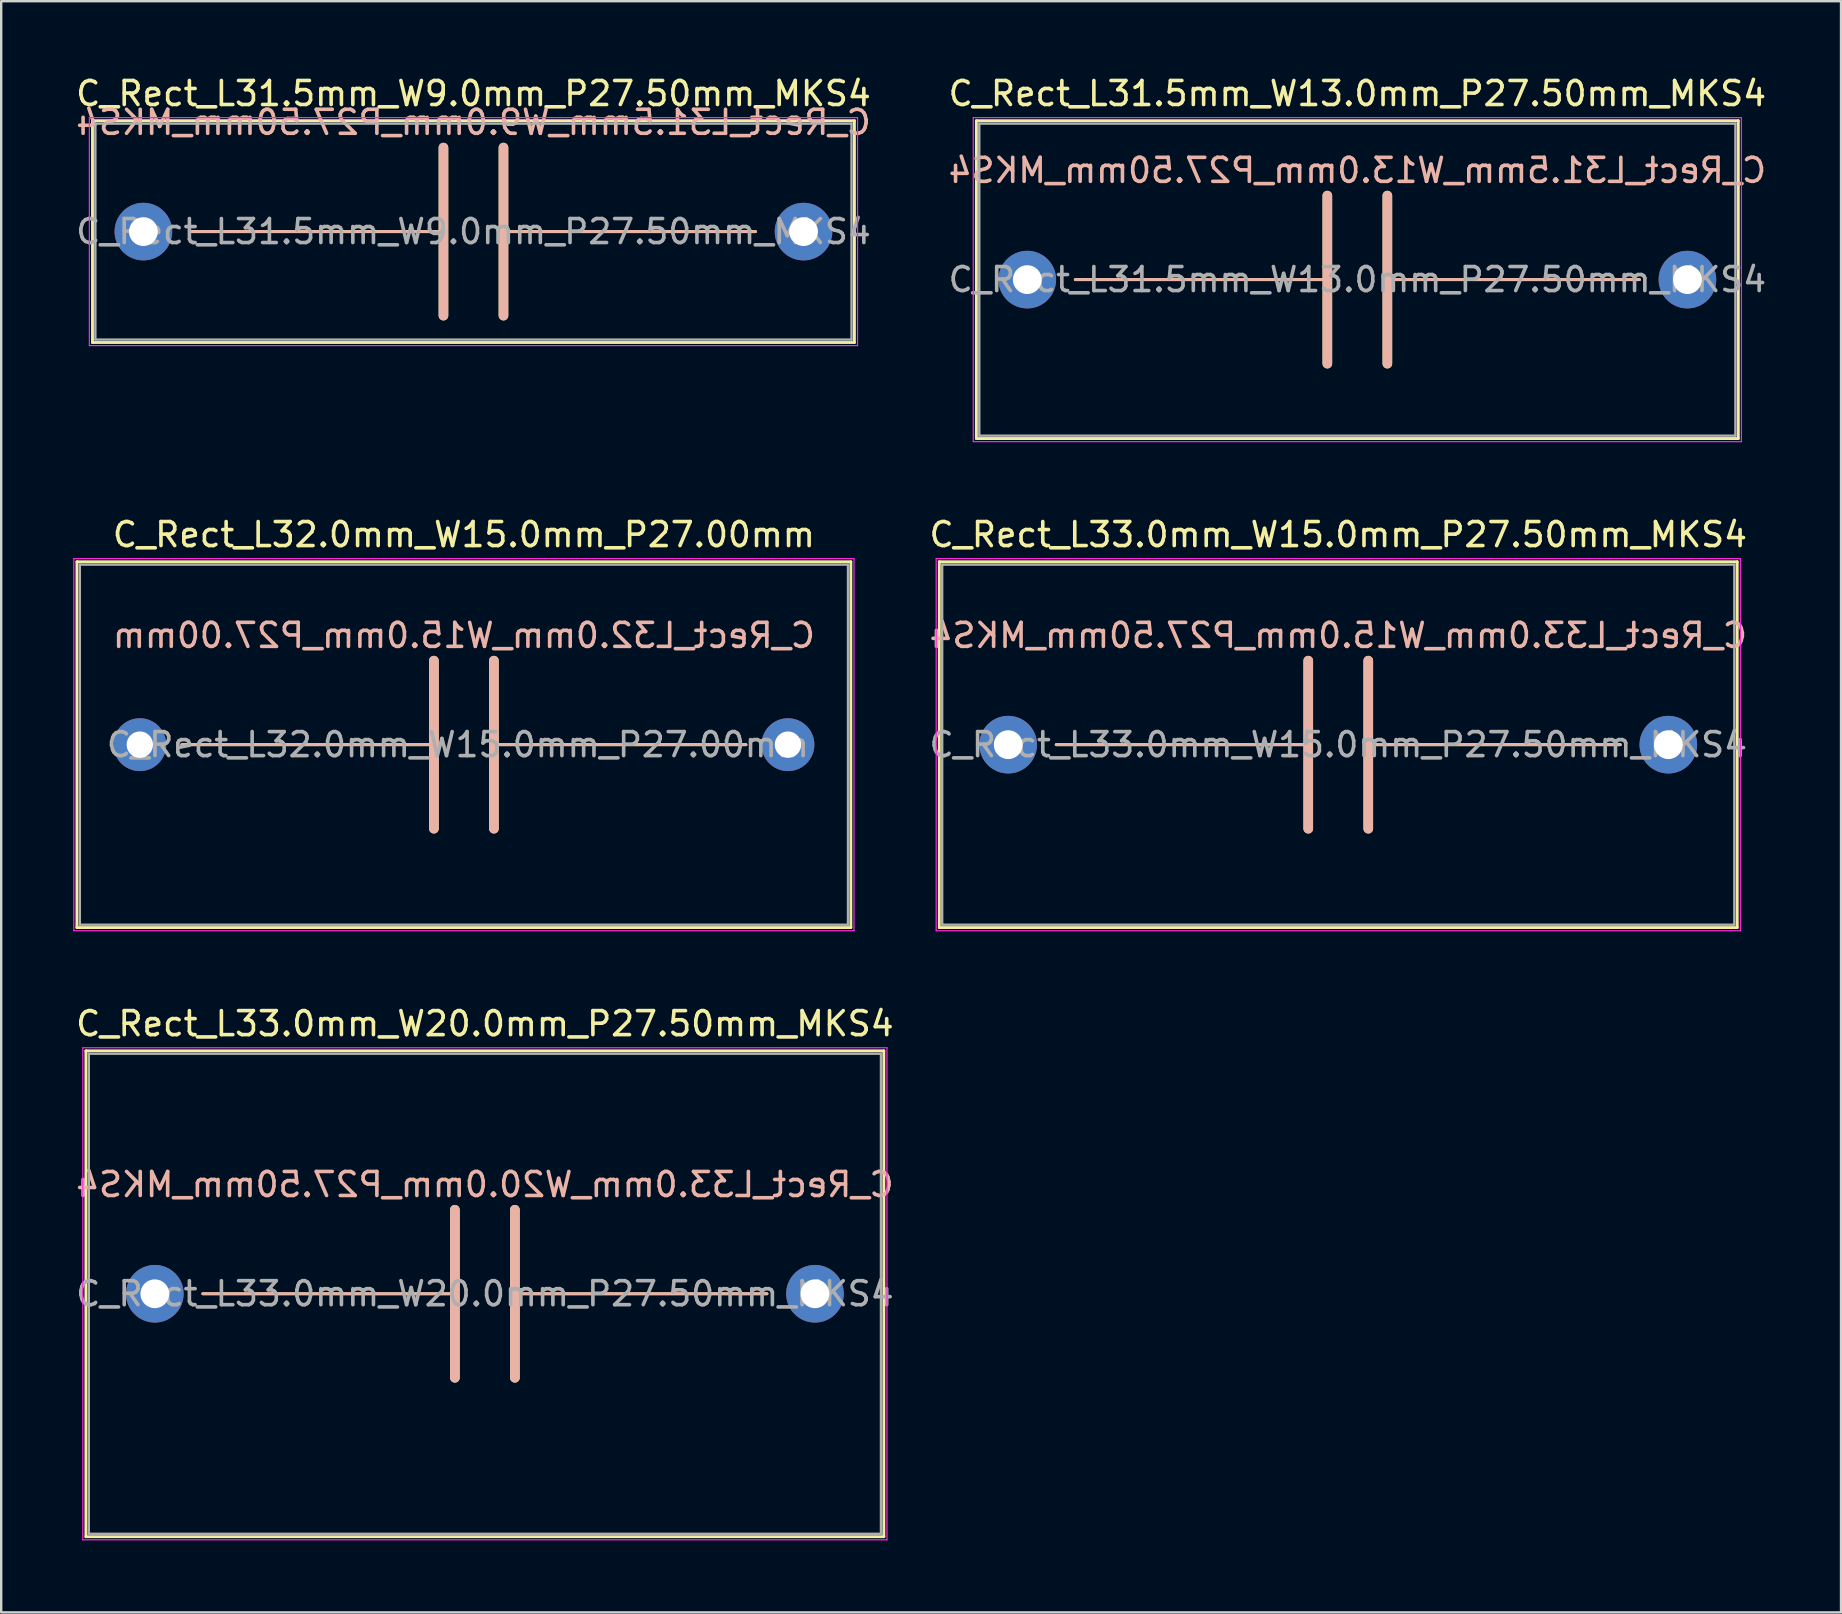
<source format=kicad_pcb>
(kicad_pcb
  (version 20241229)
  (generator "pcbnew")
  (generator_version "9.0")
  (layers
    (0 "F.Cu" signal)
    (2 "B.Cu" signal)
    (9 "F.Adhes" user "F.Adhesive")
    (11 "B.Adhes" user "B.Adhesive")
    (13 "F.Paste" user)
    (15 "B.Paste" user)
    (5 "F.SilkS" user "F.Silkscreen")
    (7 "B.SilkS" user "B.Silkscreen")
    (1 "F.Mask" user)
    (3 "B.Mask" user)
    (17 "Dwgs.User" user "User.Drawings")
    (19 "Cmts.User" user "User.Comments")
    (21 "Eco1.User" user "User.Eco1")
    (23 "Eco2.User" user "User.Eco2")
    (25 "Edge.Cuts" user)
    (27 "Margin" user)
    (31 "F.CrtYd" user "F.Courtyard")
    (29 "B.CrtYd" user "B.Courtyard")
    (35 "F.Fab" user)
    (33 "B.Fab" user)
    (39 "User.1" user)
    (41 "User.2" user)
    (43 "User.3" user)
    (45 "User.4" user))
  (footprint "C_Rect_L33.0mm_W15.0mm_P27.50mm_MKS4"
    (layer "F.Cu")
    (at 38.949 27.971)
    (property "Reference" "C_Rect_L33.0mm_W15.0mm_P27.50mm_MKS4" (at 13.75 -8.75 0) (layer "F.SilkS") (effects (font (size 1 1) (thickness 0.15))))
    (fp_line (start -2.87 -7.62) (end -2.87 7.62) (stroke (width 0.12) (type solid)) (layer "F.SilkS"))
    (fp_line (start -2.87 -7.62) (end 30.37 -7.62) (stroke (width 0.12) (type solid)) (layer "F.SilkS"))
    (fp_line (start -2.87 7.62) (end 30.37 7.62) (stroke (width 0.12) (type solid)) (layer "F.SilkS"))
    (fp_line (start 2 0) (end 12.5 0) (stroke (width 0.12) (type solid)) (layer "F.SilkS"))
    (fp_line (start 12.5 -3.5) (end 12.5 3.5) (stroke (width 0.4) (type solid)) (layer "F.SilkS"))
    (fp_line (start 15 -3.5) (end 15 3.5) (stroke (width 0.4) (type solid)) (layer "F.SilkS"))
    (fp_line (start 15 0) (end 25.5 0) (stroke (width 0.12) (type solid)) (layer "F.SilkS"))
    (fp_line (start 30.37 -7.62) (end 30.37 7.62) (stroke (width 0.12) (type solid)) (layer "F.SilkS"))
    (fp_line (start 2 0) (end 12.5 0) (stroke (width 0.12) (type solid)) (layer "B.SilkS"))
    (fp_line (start 12.5 3.5) (end 12.5 -3.5) (stroke (width 0.4) (type solid)) (layer "B.SilkS"))
    (fp_line (start 15 0) (end 25.5 0) (stroke (width 0.12) (type solid)) (layer "B.SilkS"))
    (fp_line (start 15 3.5) (end 15 -3.5) (stroke (width 0.4) (type solid)) (layer "B.SilkS"))
    (fp_line (start -3 -7.75) (end -3 7.75) (stroke (width 0.05) (type solid)) (layer "F.CrtYd"))
    (fp_line (start -3 7.75) (end 30.5 7.75) (stroke (width 0.05) (type solid)) (layer "F.CrtYd"))
    (fp_line (start 30.5 -7.75) (end -3 -7.75) (stroke (width 0.05) (type solid)) (layer "F.CrtYd"))
    (fp_line (start 30.5 7.75) (end 30.5 -7.75) (stroke (width 0.05) (type solid)) (layer "F.CrtYd"))
    (fp_line (start -2.75 -7.5) (end -2.75 7.5) (stroke (width 0.1) (type solid)) (layer "F.Fab"))
    (fp_line (start -2.75 7.5) (end 30.25 7.5) (stroke (width 0.1) (type solid)) (layer "F.Fab"))
    (fp_line (start 30.25 -7.5) (end -2.75 -7.5) (stroke (width 0.1) (type solid)) (layer "F.Fab"))
    (fp_line (start 30.25 7.5) (end 30.25 -7.5) (stroke (width 0.1) (type solid)) (layer "F.Fab"))
    (fp_text user "${REFERENCE}" (at 13.75 -4.55 0) (layer "B.SilkS") (effects (font (size 1 1) (thickness 0.15)) (justify mirror)))
    (fp_text user "${REFERENCE}" (at 13.75 0 0) (layer "F.Fab") (effects (font (size 1 1) (thickness 0.15))))
    (pad "1" thru_hole circle (at 0 0) (size 2.4 2.4) (drill 1.2) (layers "*.Cu" "*.Mask"))
    (pad "2" thru_hole circle (at 27.5 0) (size 2.4 2.4) (drill 1.2) (layers "*.Cu" "*.Mask")))
  (footprint "C_Rect_L32.0mm_W15.0mm_P27.00mm"
    (layer "F.Cu")
    (at 2.775 27.971)
    (property "Reference" "C_Rect_L32.0mm_W15.0mm_P27.00mm" (at 13.5 -8.75 0) (layer "F.SilkS") (effects (font (size 1 1) (thickness 0.15))))
    (fp_line (start -2.62 -7.62) (end -2.62 7.62) (stroke (width 0.12) (type solid)) (layer "F.SilkS"))
    (fp_line (start -2.62 -7.62) (end 29.62 -7.62) (stroke (width 0.12) (type solid)) (layer "F.SilkS"))
    (fp_line (start -2.62 7.62) (end 29.62 7.62) (stroke (width 0.12) (type solid)) (layer "F.SilkS"))
    (fp_line (start 1.75 0) (end 12.25 0) (stroke (width 0.12) (type solid)) (layer "F.SilkS"))
    (fp_line (start 12.25 -3.5) (end 12.25 3.5) (stroke (width 0.4) (type solid)) (layer "F.SilkS"))
    (fp_line (start 14.75 -3.5) (end 14.75 3.5) (stroke (width 0.4) (type solid)) (layer "F.SilkS"))
    (fp_line (start 14.75 0) (end 25.25 0) (stroke (width 0.12) (type solid)) (layer "F.SilkS"))
    (fp_line (start 29.62 -7.62) (end 29.62 7.62) (stroke (width 0.12) (type solid)) (layer "F.SilkS"))
    (fp_line (start 1.75 0) (end 12.25 0) (stroke (width 0.12) (type solid)) (layer "B.SilkS"))
    (fp_line (start 12.25 3.5) (end 12.25 -3.5) (stroke (width 0.4) (type solid)) (layer "B.SilkS"))
    (fp_line (start 14.75 0) (end 25.25 0) (stroke (width 0.12) (type solid)) (layer "B.SilkS"))
    (fp_line (start 14.75 3.5) (end 14.75 -3.5) (stroke (width 0.4) (type solid)) (layer "B.SilkS"))
    (fp_line (start -2.75 -7.75) (end -2.75 7.75) (stroke (width 0.05) (type solid)) (layer "F.CrtYd"))
    (fp_line (start -2.75 7.75) (end 29.75 7.75) (stroke (width 0.05) (type solid)) (layer "F.CrtYd"))
    (fp_line (start 29.75 -7.75) (end -2.75 -7.75) (stroke (width 0.05) (type solid)) (layer "F.CrtYd"))
    (fp_line (start 29.75 7.75) (end 29.75 -7.75) (stroke (width 0.05) (type solid)) (layer "F.CrtYd"))
    (fp_line (start -2.5 -7.5) (end -2.5 7.5) (stroke (width 0.1) (type solid)) (layer "F.Fab"))
    (fp_line (start -2.5 7.5) (end 29.5 7.5) (stroke (width 0.1) (type solid)) (layer "F.Fab"))
    (fp_line (start 29.5 -7.5) (end -2.5 -7.5) (stroke (width 0.1) (type solid)) (layer "F.Fab"))
    (fp_line (start 29.5 7.5) (end 29.5 -7.5) (stroke (width 0.1) (type solid)) (layer "F.Fab"))
    (fp_text user "${REFERENCE}" (at 13.5 -4.55 0) (layer "B.SilkS") (effects (font (size 1 1) (thickness 0.15)) (justify mirror)))
    (fp_text user "${REFERENCE}" (at 13.25 0 0) (layer "F.Fab") (effects (font (size 1 1) (thickness 0.15))))
    (pad "1" thru_hole circle (at 0 0) (size 2.2 2.2) (drill 1.1) (layers "*.Cu" "*.Mask"))
    (pad "2" thru_hole circle (at 27 0) (size 2.2 2.2) (drill 1.1) (layers "*.Cu" "*.Mask")))
  (footprint "C_Rect_L31.5mm_W13.0mm_P27.50mm_MKS4"
    (layer "F.Cu")
    (at 39.744 8.598)
    (property "Reference" "C_Rect_L31.5mm_W13.0mm_P27.50mm_MKS4" (at 13.75 -7.75 0) (layer "F.SilkS") (effects (font (size 1 1) (thickness 0.15))))
    (fp_line (start -2.12 -6.62) (end -2.12 6.62) (stroke (width 0.12) (type solid)) (layer "F.SilkS"))
    (fp_line (start -2.12 -6.62) (end 29.62 -6.62) (stroke (width 0.12) (type solid)) (layer "F.SilkS"))
    (fp_line (start -2.12 6.62) (end 29.62 6.62) (stroke (width 0.12) (type solid)) (layer "F.SilkS"))
    (fp_line (start 2 0) (end 12.5 0) (stroke (width 0.12) (type solid)) (layer "F.SilkS"))
    (fp_line (start 12.5 -3.5) (end 12.5 3.5) (stroke (width 0.4) (type solid)) (layer "F.SilkS"))
    (fp_line (start 15 -3.5) (end 15 3.5) (stroke (width 0.4) (type solid)) (layer "F.SilkS"))
    (fp_line (start 15 0) (end 25.5 0) (stroke (width 0.12) (type solid)) (layer "F.SilkS"))
    (fp_line (start 29.62 -6.62) (end 29.62 6.62) (stroke (width 0.12) (type solid)) (layer "F.SilkS"))
    (fp_line (start 2 0) (end 12.5 0) (stroke (width 0.12) (type solid)) (layer "B.SilkS"))
    (fp_line (start 12.5 3.5) (end 12.5 -3.5) (stroke (width 0.4) (type solid)) (layer "B.SilkS"))
    (fp_line (start 15 0) (end 25.5 0) (stroke (width 0.12) (type solid)) (layer "B.SilkS"))
    (fp_line (start 15 3.5) (end 15 -3.5) (stroke (width 0.4) (type solid)) (layer "B.SilkS"))
    (fp_line (start -2.25 -6.75) (end -2.25 6.75) (stroke (width 0.05) (type solid)) (layer "F.CrtYd"))
    (fp_line (start -2.25 6.75) (end 29.75 6.75) (stroke (width 0.05) (type solid)) (layer "F.CrtYd"))
    (fp_line (start 29.75 -6.75) (end -2.25 -6.75) (stroke (width 0.05) (type solid)) (layer "F.CrtYd"))
    (fp_line (start 29.75 6.75) (end 29.75 -6.75) (stroke (width 0.05) (type solid)) (layer "F.CrtYd"))
    (fp_line (start -2 -6.5) (end -2 6.5) (stroke (width 0.1) (type solid)) (layer "F.Fab"))
    (fp_line (start -2 6.5) (end 29.5 6.5) (stroke (width 0.1) (type solid)) (layer "F.Fab"))
    (fp_line (start 29.5 -6.5) (end -2 -6.5) (stroke (width 0.1) (type solid)) (layer "F.Fab"))
    (fp_line (start 29.5 6.5) (end 29.5 -6.5) (stroke (width 0.1) (type solid)) (layer "F.Fab"))
    (fp_text user "${REFERENCE}" (at 13.75 -4.55 0) (layer "B.SilkS") (effects (font (size 1 1) (thickness 0.15)) (justify mirror)))
    (fp_text user "${REFERENCE}" (at 13.75 0 0) (layer "F.Fab") (effects (font (size 1 1) (thickness 0.15))))
    (pad "1" thru_hole circle (at 0 0) (size 2.4 2.4) (drill 1.2) (layers "*.Cu" "*.Mask"))
    (pad "2" thru_hole circle (at 27.5 0) (size 2.4 2.4) (drill 1.2) (layers "*.Cu" "*.Mask")))
  (footprint "C_Rect_L33.0mm_W20.0mm_P27.50mm_MKS4"
    (layer "F.Cu")
    (at 3.399 50.845)
    (property "Reference" "C_Rect_L33.0mm_W20.0mm_P27.50mm_MKS4" (at 13.75 -11.25 0) (layer "F.SilkS") (effects (font (size 1 1) (thickness 0.15))))
    (fp_line (start -2.87 -10.12) (end -2.87 10.12) (stroke (width 0.12) (type solid)) (layer "F.SilkS"))
    (fp_line (start -2.87 -10.12) (end 30.37 -10.12) (stroke (width 0.12) (type solid)) (layer "F.SilkS"))
    (fp_line (start -2.87 10.12) (end 30.37 10.12) (stroke (width 0.12) (type solid)) (layer "F.SilkS"))
    (fp_line (start 2 0) (end 12.5 0) (stroke (width 0.12) (type solid)) (layer "F.SilkS"))
    (fp_line (start 12.5 -3.5) (end 12.5 3.5) (stroke (width 0.4) (type solid)) (layer "F.SilkS"))
    (fp_line (start 15 -3.5) (end 15 3.5) (stroke (width 0.4) (type solid)) (layer "F.SilkS"))
    (fp_line (start 15 0) (end 25.5 0) (stroke (width 0.12) (type solid)) (layer "F.SilkS"))
    (fp_line (start 30.37 -10.12) (end 30.37 10.12) (stroke (width 0.12) (type solid)) (layer "F.SilkS"))
    (fp_line (start 2 0) (end 12.5 0) (stroke (width 0.12) (type solid)) (layer "B.SilkS"))
    (fp_line (start 12.5 3.5) (end 12.5 -3.5) (stroke (width 0.4) (type solid)) (layer "B.SilkS"))
    (fp_line (start 15 0) (end 25.5 0) (stroke (width 0.12) (type solid)) (layer "B.SilkS"))
    (fp_line (start 15 3.5) (end 15 -3.5) (stroke (width 0.4) (type solid)) (layer "B.SilkS"))
    (fp_line (start -3 -10.25) (end -3 10.25) (stroke (width 0.05) (type solid)) (layer "F.CrtYd"))
    (fp_line (start -3 10.25) (end 30.5 10.25) (stroke (width 0.05) (type solid)) (layer "F.CrtYd"))
    (fp_line (start 30.5 -10.25) (end -3 -10.25) (stroke (width 0.05) (type solid)) (layer "F.CrtYd"))
    (fp_line (start 30.5 10.25) (end 30.5 -10.25) (stroke (width 0.05) (type solid)) (layer "F.CrtYd"))
    (fp_line (start -2.75 -10) (end -2.75 10) (stroke (width 0.1) (type solid)) (layer "F.Fab"))
    (fp_line (start -2.75 10) (end 30.25 10) (stroke (width 0.1) (type solid)) (layer "F.Fab"))
    (fp_line (start 30.25 -10) (end -2.75 -10) (stroke (width 0.1) (type solid)) (layer "F.Fab"))
    (fp_line (start 30.25 10) (end 30.25 -10) (stroke (width 0.1) (type solid)) (layer "F.Fab"))
    (fp_text user "${REFERENCE}" (at 13.75 -4.55 0) (layer "B.SilkS") (effects (font (size 1 1) (thickness 0.15)) (justify mirror)))
    (fp_text user "${REFERENCE}" (at 13.75 0 0) (layer "F.Fab") (effects (font (size 1 1) (thickness 0.15))))
    (pad "1" thru_hole circle (at 0 0) (size 2.4 2.4) (drill 1.2) (layers "*.Cu" "*.Mask"))
    (pad "2" thru_hole circle (at 27.5 0) (size 2.4 2.4) (drill 1.2) (layers "*.Cu" "*.Mask")))
  (footprint "C_Rect_L31.5mm_W9.0mm_P27.50mm_MKS4"
    (layer "F.Cu")
    (at 2.923 6.598)
    (property "Reference" "C_Rect_L31.5mm_W9.0mm_P27.50mm_MKS4" (at 13.75 -5.75 0) (layer "F.SilkS") (effects (font (size 1 1) (thickness 0.15))))
    (fp_line (start -2.12 -4.62) (end -2.12 4.62) (stroke (width 0.12) (type solid)) (layer "F.SilkS"))
    (fp_line (start -2.12 -4.62) (end 29.62 -4.62) (stroke (width 0.12) (type solid)) (layer "F.SilkS"))
    (fp_line (start -2.12 4.62) (end 29.62 4.62) (stroke (width 0.12) (type solid)) (layer "F.SilkS"))
    (fp_line (start 2 0) (end 12.5 0) (stroke (width 0.12) (type solid)) (layer "F.SilkS"))
    (fp_line (start 12.5 -3.5) (end 12.5 3.5) (stroke (width 0.4) (type solid)) (layer "F.SilkS"))
    (fp_line (start 15 -3.5) (end 15 3.5) (stroke (width 0.4) (type solid)) (layer "F.SilkS"))
    (fp_line (start 15 0) (end 25.5 0) (stroke (width 0.12) (type solid)) (layer "F.SilkS"))
    (fp_line (start 29.62 -4.62) (end 29.62 4.62) (stroke (width 0.12) (type solid)) (layer "F.SilkS"))
    (fp_line (start 2 0) (end 12.5 0) (stroke (width 0.12) (type solid)) (layer "B.SilkS"))
    (fp_line (start 12.5 3.5) (end 12.5 -3.5) (stroke (width 0.4) (type solid)) (layer "B.SilkS"))
    (fp_line (start 15 0) (end 25.5 0) (stroke (width 0.12) (type solid)) (layer "B.SilkS"))
    (fp_line (start 15 3.5) (end 15 -3.5) (stroke (width 0.4) (type solid)) (layer "B.SilkS"))
    (fp_line (start -2.25 -4.75) (end -2.25 4.75) (stroke (width 0.05) (type solid)) (layer "F.CrtYd"))
    (fp_line (start -2.25 4.75) (end 29.75 4.75) (stroke (width 0.05) (type solid)) (layer "F.CrtYd"))
    (fp_line (start 29.75 -4.75) (end -2.25 -4.75) (stroke (width 0.05) (type solid)) (layer "F.CrtYd"))
    (fp_line (start 29.75 4.75) (end 29.75 -4.75) (stroke (width 0.05) (type solid)) (layer "F.CrtYd"))
    (fp_line (start -2 -4.5) (end -2 4.5) (stroke (width 0.1) (type solid)) (layer "F.Fab"))
    (fp_line (start -2 4.5) (end 29.5 4.5) (stroke (width 0.1) (type solid)) (layer "F.Fab"))
    (fp_line (start 29.5 -4.5) (end -2 -4.5) (stroke (width 0.1) (type solid)) (layer "F.Fab"))
    (fp_line (start 29.5 4.5) (end 29.5 -4.5) (stroke (width 0.1) (type solid)) (layer "F.Fab"))
    (fp_text user "${REFERENCE}" (at 13.75 -4.55 0) (layer "B.SilkS") (effects (font (size 1 1) (thickness 0.15)) (justify mirror)))
    (fp_text user "${REFERENCE}" (at 13.75 0 0) (layer "F.Fab") (effects (font (size 1 1) (thickness 0.15))))
    (pad "1" thru_hole circle (at 0 0) (size 2.4 2.4) (drill 1.2) (layers "*.Cu" "*.Mask"))
    (pad "2" thru_hole circle (at 27.5 0) (size 2.4 2.4) (drill 1.2) (layers "*.Cu" "*.Mask")))
  (gr_rect
    (start -3 -3)
    (end 73.643 64.12)
    (stroke (width 0.1) (type default))
    (fill no)
    (layer "Edge.Cuts")))
</source>
